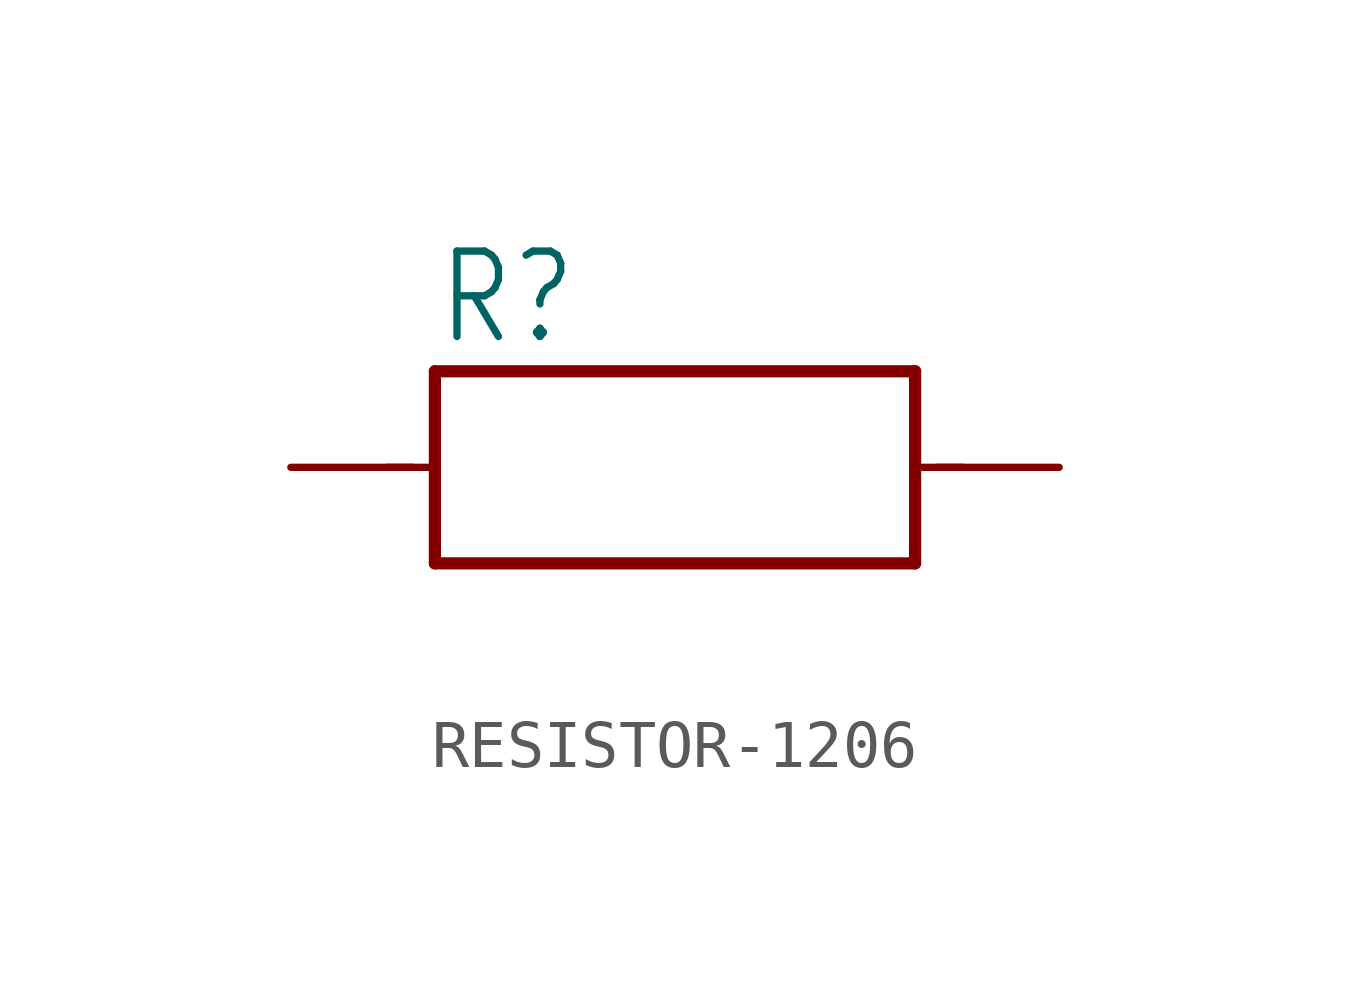
<source format=kicad_sym>
(kicad_symbol_lib
  (version 20231120)
  (generator "kicad_symbol_editor")
  (generator_version "8.0")
  (symbol "RESISTOR-1206"
    (property "Reference" "R"
      (at -5 2.5 0)
      (effects (font (size 1.778 1.511)) (justify left bottom)))
    (property "Value" ""
      (at -5 -4 0)
      (effects (font (size 1.778 1.511)) (justify left bottom)))
    (property "ki_locked" ""
      (at 0 0 0)
      (effects (font (size 1.27 1.27))))
    (symbol "RESISTOR-1206_1_0"
      (polyline (pts (xy -6 0) (xy -5 0)) (stroke (width 0.152) (type solid)) (fill (type none)))
      (polyline (pts (xy -5 -2) (xy 5 -2)) (stroke (width 0.254) (type solid)) (fill (type none)))
      (polyline (pts (xy -5 0) (xy -5 -2)) (stroke (width 0.254) (type solid)) (fill (type none)))
      (polyline (pts (xy -5 2) (xy -5 0)) (stroke (width 0.254) (type solid)) (fill (type none)))
      (polyline (pts (xy 5 -2) (xy 5 0)) (stroke (width 0.254) (type solid)) (fill (type none)))
      (polyline (pts (xy 5 0) (xy 5 2)) (stroke (width 0.254) (type solid)) (fill (type none)))
      (polyline (pts (xy 5 2) (xy -5 2)) (stroke (width 0.254) (type solid)) (fill (type none)))
      (polyline (pts (xy 6 0) (xy 5 0)) (stroke (width 0.152) (type solid)) (fill (type none)))
      (pin bidirectional line (at -8 0 0) (length 2.54) (name "1" (effects (font (size 0 0)))) (number "1" (effects (font (size 0 0)))))
      (pin bidirectional line (at 8 0 180) (length 2.54) (name "2" (effects (font (size 0 0)))) (number "2" (effects (font (size 0 0))))))))
</source>
